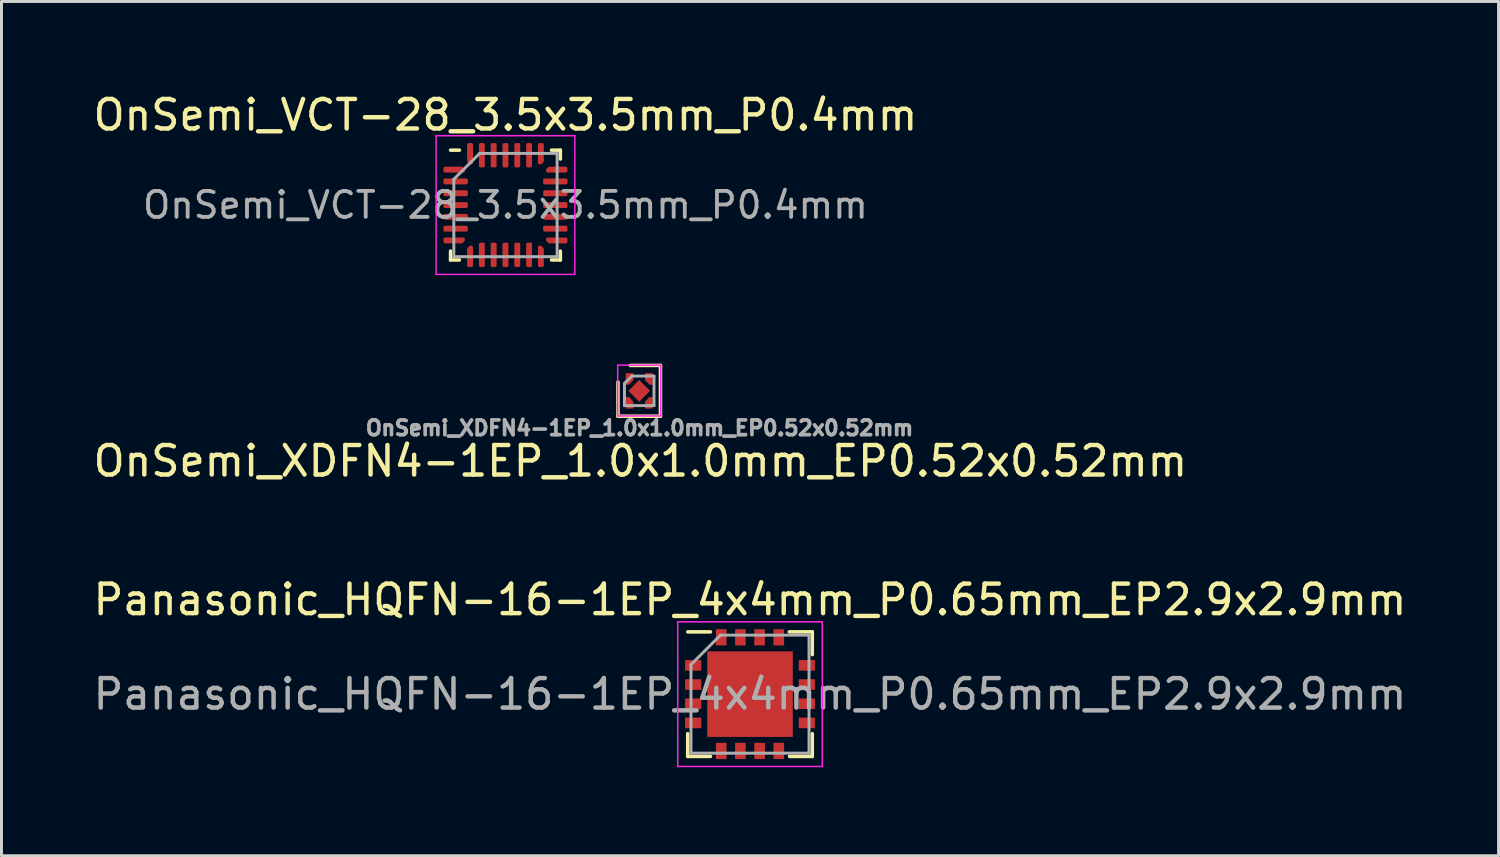
<source format=kicad_pcb>
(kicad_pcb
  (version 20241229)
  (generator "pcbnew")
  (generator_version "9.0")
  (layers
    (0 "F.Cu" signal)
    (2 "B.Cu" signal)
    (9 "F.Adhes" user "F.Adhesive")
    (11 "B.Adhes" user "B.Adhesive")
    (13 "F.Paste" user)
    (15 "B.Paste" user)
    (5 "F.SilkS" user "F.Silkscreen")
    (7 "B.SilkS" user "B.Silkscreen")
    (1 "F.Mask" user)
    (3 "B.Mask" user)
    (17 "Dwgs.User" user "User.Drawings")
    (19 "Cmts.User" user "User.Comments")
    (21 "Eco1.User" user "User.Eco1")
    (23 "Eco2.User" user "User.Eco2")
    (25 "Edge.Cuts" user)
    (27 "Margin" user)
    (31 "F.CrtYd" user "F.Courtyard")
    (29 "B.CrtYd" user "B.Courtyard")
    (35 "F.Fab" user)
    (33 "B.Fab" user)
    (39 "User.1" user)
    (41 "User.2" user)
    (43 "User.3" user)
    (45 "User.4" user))
  (footprint "OnSemi_VCT-28_3.5x3.5mm_P0.4mm"
    (layer "F.Cu")
    (at 14.077 3.898)
    (property "Reference" "OnSemi_VCT-28_3.5x3.5mm_P0.4mm" (at 0 -3.05 0) (layer "F.SilkS") (effects (font (size 1 1) (thickness 0.15))))
    (attr smd)
    (fp_line (start -1.86 1.86) (end -1.86 1.56) (stroke (width 0.12) (type solid)) (layer "F.SilkS"))
    (fp_line (start -1.56 -1.86) (end -1.86 -1.86) (stroke (width 0.12) (type solid)) (layer "F.SilkS"))
    (fp_line (start -1.56 1.86) (end -1.86 1.86) (stroke (width 0.12) (type solid)) (layer "F.SilkS"))
    (fp_line (start 1.56 -1.86) (end 1.86 -1.86) (stroke (width 0.12) (type solid)) (layer "F.SilkS"))
    (fp_line (start 1.56 1.86) (end 1.86 1.86) (stroke (width 0.12) (type solid)) (layer "F.SilkS"))
    (fp_line (start 1.86 -1.86) (end 1.86 -1.56) (stroke (width 0.12) (type solid)) (layer "F.SilkS"))
    (fp_line (start 1.86 1.86) (end 1.86 1.56) (stroke (width 0.12) (type solid)) (layer "F.SilkS"))
    (fp_line (start -2.35 -2.35) (end -2.35 2.35) (stroke (width 0.05) (type solid)) (layer "F.CrtYd"))
    (fp_line (start -2.35 2.35) (end 2.35 2.35) (stroke (width 0.05) (type solid)) (layer "F.CrtYd"))
    (fp_line (start 2.35 -2.35) (end -2.35 -2.35) (stroke (width 0.05) (type solid)) (layer "F.CrtYd"))
    (fp_line (start 2.35 2.35) (end 2.35 -2.35) (stroke (width 0.05) (type solid)) (layer "F.CrtYd"))
    (fp_line (start -1.75 -0.875) (end -0.875 -1.75) (stroke (width 0.1) (type solid)) (layer "F.Fab"))
    (fp_line (start -1.75 1.75) (end -1.75 -0.875) (stroke (width 0.1) (type solid)) (layer "F.Fab"))
    (fp_line (start -0.875 -1.75) (end 1.75 -1.75) (stroke (width 0.1) (type solid)) (layer "F.Fab"))
    (fp_line (start 1.75 -1.75) (end 1.75 1.75) (stroke (width 0.1) (type solid)) (layer "F.Fab"))
    (fp_line (start 1.75 1.75) (end -1.75 1.75) (stroke (width 0.1) (type solid)) (layer "F.Fab"))
    (fp_text user "${REFERENCE}" (at 0 0 0) (layer "F.Fab") (effects (font (size 0.88 0.88) (thickness 0.13))))
    (pad "1" smd custom (at -1.738 -1.2) (size 0.136 0.136) (layers "F.Cu" "F.Mask" "F.Paste") (options (anchor circle)) (primitives (gr_poly (pts (xy 0.312 0.011) (xy 0.312 0.05) (xy -0.312 0.05) (xy -0.312 -0.05) (xy 0.252 -0.05)) (width 0.1) (fill yes))))
    (pad "2" smd roundrect (at -1.688 -0.8) (size 0.825 0.2) (layers "F.Cu" "F.Mask" "F.Paste") (roundrect_rratio 0.25))
    (pad "3" smd roundrect (at -1.688 -0.4) (size 0.825 0.2) (layers "F.Cu" "F.Mask" "F.Paste") (roundrect_rratio 0.25))
    (pad "4" smd roundrect (at -1.688 0) (size 0.825 0.2) (layers "F.Cu" "F.Mask" "F.Paste") (roundrect_rratio 0.25))
    (pad "5" smd roundrect (at -1.688 0.4) (size 0.825 0.2) (layers "F.Cu" "F.Mask" "F.Paste") (roundrect_rratio 0.25))
    (pad "6" smd roundrect (at -1.688 0.8) (size 0.825 0.2) (layers "F.Cu" "F.Mask" "F.Paste") (roundrect_rratio 0.25))
    (pad "7" smd custom (at -1.738 1.2) (size 0.136 0.136) (layers "F.Cu" "F.Mask" "F.Paste") (options (anchor circle)) (primitives (gr_poly (pts (xy 0.312 -0.011) (xy 0.252 0.05) (xy -0.312 0.05) (xy -0.312 -0.05) (xy 0.312 -0.05)) (width 0.1) (fill yes))))
    (pad "8" smd custom (at -1.2 1.738) (size 0.136 0.136) (layers "F.Cu" "F.Mask" "F.Paste") (options (anchor circle)) (primitives (gr_poly (pts (xy 0.05 0.312) (xy -0.05 0.312) (xy -0.05 -0.252) (xy 0.011 -0.312) (xy 0.05 -0.312)) (width 0.1) (fill yes))))
    (pad "9" smd roundrect (at -0.8 1.688) (size 0.2 0.825) (layers "F.Cu" "F.Mask" "F.Paste") (roundrect_rratio 0.25))
    (pad "10" smd roundrect (at -0.4 1.688) (size 0.2 0.825) (layers "F.Cu" "F.Mask" "F.Paste") (roundrect_rratio 0.25))
    (pad "11" smd roundrect (at 0 1.688) (size 0.2 0.825) (layers "F.Cu" "F.Mask" "F.Paste") (roundrect_rratio 0.25))
    (pad "12" smd roundrect (at 0.4 1.688) (size 0.2 0.825) (layers "F.Cu" "F.Mask" "F.Paste") (roundrect_rratio 0.25))
    (pad "13" smd roundrect (at 0.8 1.688) (size 0.2 0.825) (layers "F.Cu" "F.Mask" "F.Paste") (roundrect_rratio 0.25))
    (pad "14" smd custom (at 1.2 1.738) (size 0.136 0.136) (layers "F.Cu" "F.Mask" "F.Paste") (options (anchor circle)) (primitives (gr_poly (pts (xy 0.05 -0.252) (xy 0.05 0.312) (xy -0.05 0.312) (xy -0.05 -0.312) (xy -0.011 -0.312)) (width 0.1) (fill yes))))
    (pad "15" smd custom (at 1.738 1.2) (size 0.136 0.136) (layers "F.Cu" "F.Mask" "F.Paste") (options (anchor circle)) (primitives (gr_poly (pts (xy 0.312 0.05) (xy -0.252 0.05) (xy -0.312 -0.011) (xy -0.312 -0.05) (xy 0.312 -0.05)) (width 0.1) (fill yes))))
    (pad "16" smd roundrect (at 1.688 0.8) (size 0.825 0.2) (layers "F.Cu" "F.Mask" "F.Paste") (roundrect_rratio 0.25))
    (pad "17" smd roundrect (at 1.688 0.4) (size 0.825 0.2) (layers "F.Cu" "F.Mask" "F.Paste") (roundrect_rratio 0.25))
    (pad "18" smd roundrect (at 1.688 0) (size 0.825 0.2) (layers "F.Cu" "F.Mask" "F.Paste") (roundrect_rratio 0.25))
    (pad "19" smd roundrect (at 1.688 -0.4) (size 0.825 0.2) (layers "F.Cu" "F.Mask" "F.Paste") (roundrect_rratio 0.25))
    (pad "20" smd roundrect (at 1.688 -0.8) (size 0.825 0.2) (layers "F.Cu" "F.Mask" "F.Paste") (roundrect_rratio 0.25))
    (pad "21" smd custom (at 1.738 -1.2) (size 0.136 0.136) (layers "F.Cu" "F.Mask" "F.Paste") (options (anchor circle)) (primitives (gr_poly (pts (xy 0.312 0.05) (xy -0.312 0.05) (xy -0.312 0.011) (xy -0.252 -0.05) (xy 0.312 -0.05)) (width 0.1) (fill yes))))
    (pad "22" smd custom (at 1.2 -1.738) (size 0.136 0.136) (layers "F.Cu" "F.Mask" "F.Paste") (options (anchor circle)) (primitives (gr_poly (pts (xy 0.05 0.252) (xy -0.011 0.312) (xy -0.05 0.312) (xy -0.05 -0.312) (xy 0.05 -0.312)) (width 0.1) (fill yes))))
    (pad "23" smd roundrect (at 0.8 -1.688) (size 0.2 0.825) (layers "F.Cu" "F.Mask" "F.Paste") (roundrect_rratio 0.25))
    (pad "24" smd roundrect (at 0.4 -1.688) (size 0.2 0.825) (layers "F.Cu" "F.Mask" "F.Paste") (roundrect_rratio 0.25))
    (pad "25" smd roundrect (at 0 -1.688) (size 0.2 0.825) (layers "F.Cu" "F.Mask" "F.Paste") (roundrect_rratio 0.25))
    (pad "26" smd roundrect (at -0.4 -1.688) (size 0.2 0.825) (layers "F.Cu" "F.Mask" "F.Paste") (roundrect_rratio 0.25))
    (pad "27" smd roundrect (at -0.8 -1.688) (size 0.2 0.825) (layers "F.Cu" "F.Mask" "F.Paste") (roundrect_rratio 0.25))
    (pad "28" smd custom (at -1.2 -1.738) (size 0.136 0.136) (layers "F.Cu" "F.Mask" "F.Paste") (options (anchor circle)) (primitives (gr_poly (pts (xy 0.05 0.312) (xy 0.011 0.312) (xy -0.05 0.252) (xy -0.05 -0.312) (xy 0.05 -0.312)) (width 0.1) (fill yes)))))
  (footprint "OnSemi_XDFN4-1EP_1.0x1.0mm_EP0.52x0.52mm"
    (layer "F.Cu")
    (at 18.609 10.193)
    (property "Reference" "OnSemi_XDFN4-1EP_1.0x1.0mm_EP0.52x0.52mm" (at 0.04 2.38 0) (layer "F.SilkS") (effects (font (size 1 1) (thickness 0.15))))
    (attr smd)
    (fp_line (start -0.72 -0.3) (end -0.72 0.86) (stroke (width 0.12) (type solid)) (layer "F.SilkS"))
    (fp_line (start -0.72 0.86) (end 0.72 0.86) (stroke (width 0.12) (type solid)) (layer "F.SilkS"))
    (fp_line (start 0.72 -0.86) (end -0.3 -0.86) (stroke (width 0.12) (type solid)) (layer "F.SilkS"))
    (fp_line (start 0.72 0.86) (end 0.72 -0.86) (stroke (width 0.12) (type solid)) (layer "F.SilkS"))
    (fp_line (start -0.73 -0.87) (end 0.73 -0.87) (stroke (width 0.05) (type solid)) (layer "F.CrtYd"))
    (fp_line (start -0.73 0.85) (end -0.73 -0.87) (stroke (width 0.05) (type solid)) (layer "F.CrtYd"))
    (fp_line (start 0.73 -0.87) (end 0.73 0.85) (stroke (width 0.05) (type solid)) (layer "F.CrtYd"))
    (fp_line (start 0.73 0.85) (end -0.73 0.85) (stroke (width 0.05) (type solid)) (layer "F.CrtYd"))
    (fp_line (start -0.5 -0.25) (end -0.25 -0.5) (stroke (width 0.1) (type solid)) (layer "F.Fab"))
    (fp_line (start -0.5 0.5) (end -0.5 -0.25) (stroke (width 0.1) (type solid)) (layer "F.Fab"))
    (fp_line (start -0.25 -0.5) (end 0.5 -0.5) (stroke (width 0.1) (type solid)) (layer "F.Fab"))
    (fp_line (start 0.5 -0.5) (end 0.5 0.5) (stroke (width 0.1) (type solid)) (layer "F.Fab"))
    (fp_line (start 0.5 0.5) (end -0.5 0.5) (stroke (width 0.1) (type solid)) (layer "F.Fab"))
    (fp_text user "${REFERENCE}" (at 0.01 1.26 0) (layer "F.Fab") (effects (font (size 0.5 0.5) (thickness 0.125))))
    (pad "1" smd custom (at -0.325 -0.485 180) (size 0.26 0.23) (layers "F.Cu" "F.Mask" "F.Paste") (options (anchor rect)) (primitives (gr_poly (pts (xy 0.13 -0.115) (xy -0.13 -0.115) (xy 0.02 -0.275) (xy 0.13 -0.275)) (width 0) (fill yes))))
    (pad "2" smd custom (at 0.325 -0.485 180) (size 0.26 0.23) (layers "F.Cu" "F.Mask" "F.Paste") (options (anchor rect)) (primitives (gr_poly (pts (xy 0.13 -0.115) (xy -0.13 -0.115) (xy -0.13 -0.275) (xy -0.02 -0.275)) (width 0) (fill yes))))
    (pad "3" smd custom (at 0.325 0.485) (size 0.26 0.23) (layers "F.Cu" "F.Mask" "F.Paste") (options (anchor rect)) (primitives (gr_poly (pts (xy 0.13 -0.115) (xy -0.13 -0.115) (xy 0.02 -0.275) (xy 0.13 -0.275)) (width 0) (fill yes))))
    (pad "4" smd custom (at -0.325 0.485) (size 0.26 0.23) (layers "F.Cu" "F.Mask" "F.Paste") (options (anchor rect)) (primitives (gr_poly (pts (xy 0.13 -0.115) (xy -0.13 -0.115) (xy -0.13 -0.275) (xy -0.02 -0.275)) (width 0) (fill yes))))
    (pad "5" smd rect (at 0 0 45) (size 0.52 0.52) (layers "F.Cu" "F.Mask" "F.Paste")))
  (footprint "Panasonic_HQFN-16-1EP_4x4mm_P0.65mm_EP2.9x2.9mm"
    (layer "F.Cu")
    (at 22.363 20.47)
    (property "Reference" "Panasonic_HQFN-16-1EP_4x4mm_P0.65mm_EP2.9x2.9mm" (at 0 -3.2 0) (layer "F.SilkS") (effects (font (size 1 1) (thickness 0.15))))
    (attr smd)
    (fp_line (start -2.11 1.34) (end -2.11 2.11) (stroke (width 0.12) (type solid)) (layer "F.SilkS"))
    (fp_line (start -1.34 -2.11) (end -2.11 -2.11) (stroke (width 0.12) (type solid)) (layer "F.SilkS"))
    (fp_line (start -1.34 2.11) (end -2.11 2.11) (stroke (width 0.12) (type solid)) (layer "F.SilkS"))
    (fp_line (start 1.33 -2.11) (end 2.11 -2.11) (stroke (width 0.12) (type solid)) (layer "F.SilkS"))
    (fp_line (start 1.34 2.11) (end 2.11 2.11) (stroke (width 0.12) (type solid)) (layer "F.SilkS"))
    (fp_line (start 2.11 -1.34) (end 2.11 -2.11) (stroke (width 0.12) (type solid)) (layer "F.SilkS"))
    (fp_line (start 2.11 1.34) (end 2.11 2.11) (stroke (width 0.12) (type solid)) (layer "F.SilkS"))
    (fp_line (start -2.45 -2.45) (end 2.45 -2.45) (stroke (width 0.05) (type solid)) (layer "F.CrtYd"))
    (fp_line (start -2.45 2.45) (end -2.45 -2.45) (stroke (width 0.05) (type solid)) (layer "F.CrtYd"))
    (fp_line (start -2.45 2.45) (end 2.45 2.45) (stroke (width 0.05) (type solid)) (layer "F.CrtYd"))
    (fp_line (start 2.45 -2.45) (end 2.45 2.45) (stroke (width 0.05) (type solid)) (layer "F.CrtYd"))
    (fp_line (start -2 2) (end -2 -1) (stroke (width 0.1) (type solid)) (layer "F.Fab"))
    (fp_line (start -1 -2) (end -2 -1) (stroke (width 0.1) (type solid)) (layer "F.Fab"))
    (fp_line (start -1 -2) (end 2 -2) (stroke (width 0.1) (type solid)) (layer "F.Fab"))
    (fp_line (start 2 -2) (end 2 2) (stroke (width 0.1) (type solid)) (layer "F.Fab"))
    (fp_line (start 2 2) (end -2 2) (stroke (width 0.1) (type solid)) (layer "F.Fab"))
    (fp_text user "${REFERENCE}" (at 0 0 0) (layer "F.Fab") (effects (font (size 1 1) (thickness 0.15))))
    (pad "" smd rect (at -1.95 -0.975) (size 0.5 0.36) (layers "F.Paste"))
    (pad "" smd rect (at -1.95 -0.325) (size 0.5 0.36) (layers "F.Paste"))
    (pad "" smd rect (at -1.95 0.325) (size 0.5 0.36) (layers "F.Paste"))
    (pad "" smd rect (at -1.95 0.975) (size 0.5 0.36) (layers "F.Paste"))
    (pad "" smd rect (at -0.975 -1.95) (size 0.36 0.5) (layers "F.Paste"))
    (pad "" smd rect (at -0.975 1.95) (size 0.36 0.5) (layers "F.Paste"))
    (pad "" smd rect (at -0.725 -0.725) (size 1.05 1.05) (layers "F.Paste"))
    (pad "" smd rect (at -0.725 0.725) (size 1.05 1.05) (layers "F.Paste"))
    (pad "" smd rect (at -0.325 -1.95) (size 0.36 0.5) (layers "F.Paste"))
    (pad "" smd rect (at -0.325 1.95) (size 0.36 0.5) (layers "F.Paste"))
    (pad "" smd rect (at 0.325 -1.95) (size 0.36 0.5) (layers "F.Paste"))
    (pad "" smd rect (at 0.325 1.95) (size 0.36 0.5) (layers "F.Paste"))
    (pad "" smd rect (at 0.725 -0.725) (size 1.05 1.05) (layers "F.Paste"))
    (pad "" smd rect (at 0.725 0.725) (size 1.05 1.05) (layers "F.Paste"))
    (pad "" smd rect (at 0.975 -1.95) (size 0.36 0.5) (layers "F.Paste"))
    (pad "" smd rect (at 0.975 1.95) (size 0.36 0.5) (layers "F.Paste"))
    (pad "" smd rect (at 1.95 -0.975) (size 0.5 0.36) (layers "F.Paste"))
    (pad "" smd rect (at 1.95 -0.325) (size 0.5 0.36) (layers "F.Paste"))
    (pad "" smd rect (at 1.95 0.325) (size 0.5 0.36) (layers "F.Paste"))
    (pad "" smd rect (at 1.95 0.975) (size 0.5 0.36) (layers "F.Paste"))
    (pad "1" smd rect (at -1.925 -0.975) (size 0.55 0.36) (layers "F.Cu" "F.Mask"))
    (pad "2" smd rect (at -1.925 -0.325) (size 0.55 0.36) (layers "F.Cu" "F.Mask"))
    (pad "3" smd rect (at -1.925 0.325) (size 0.55 0.36) (layers "F.Cu" "F.Mask"))
    (pad "4" smd rect (at -1.925 0.975) (size 0.55 0.36) (layers "F.Cu" "F.Mask"))
    (pad "5" smd rect (at -0.975 1.925) (size 0.36 0.55) (layers "F.Cu" "F.Mask"))
    (pad "6" smd rect (at -0.325 1.925) (size 0.36 0.55) (layers "F.Cu" "F.Mask"))
    (pad "7" smd rect (at 0.325 1.925) (size 0.36 0.55) (layers "F.Cu" "F.Mask"))
    (pad "8" smd rect (at 0.975 1.925) (size 0.36 0.55) (layers "F.Cu" "F.Mask"))
    (pad "9" smd rect (at 1.925 0.975) (size 0.55 0.36) (layers "F.Cu" "F.Mask"))
    (pad "10" smd rect (at 1.925 0.325) (size 0.55 0.36) (layers "F.Cu" "F.Mask"))
    (pad "11" smd rect (at 1.925 -0.325) (size 0.55 0.36) (layers "F.Cu" "F.Mask"))
    (pad "12" smd rect (at 1.925 -0.975) (size 0.55 0.36) (layers "F.Cu" "F.Mask"))
    (pad "13" smd rect (at 0.975 -1.925) (size 0.36 0.55) (layers "F.Cu" "F.Mask"))
    (pad "14" smd rect (at 0.325 -1.925) (size 0.36 0.55) (layers "F.Cu" "F.Mask"))
    (pad "15" smd rect (at -0.325 -1.925) (size 0.36 0.55) (layers "F.Cu" "F.Mask"))
    (pad "16" smd rect (at -0.975 -1.925) (size 0.36 0.55) (layers "F.Cu" "F.Mask"))
    (pad "17" smd rect (at 0 0) (size 2.9 2.9) (layers "F.Cu" "F.Mask")))
  (gr_rect
    (start -3 -3)
    (end 47.726 25.945)
    (stroke (width 0.1) (type default))
    (fill no)
    (layer "Edge.Cuts")))
</source>
